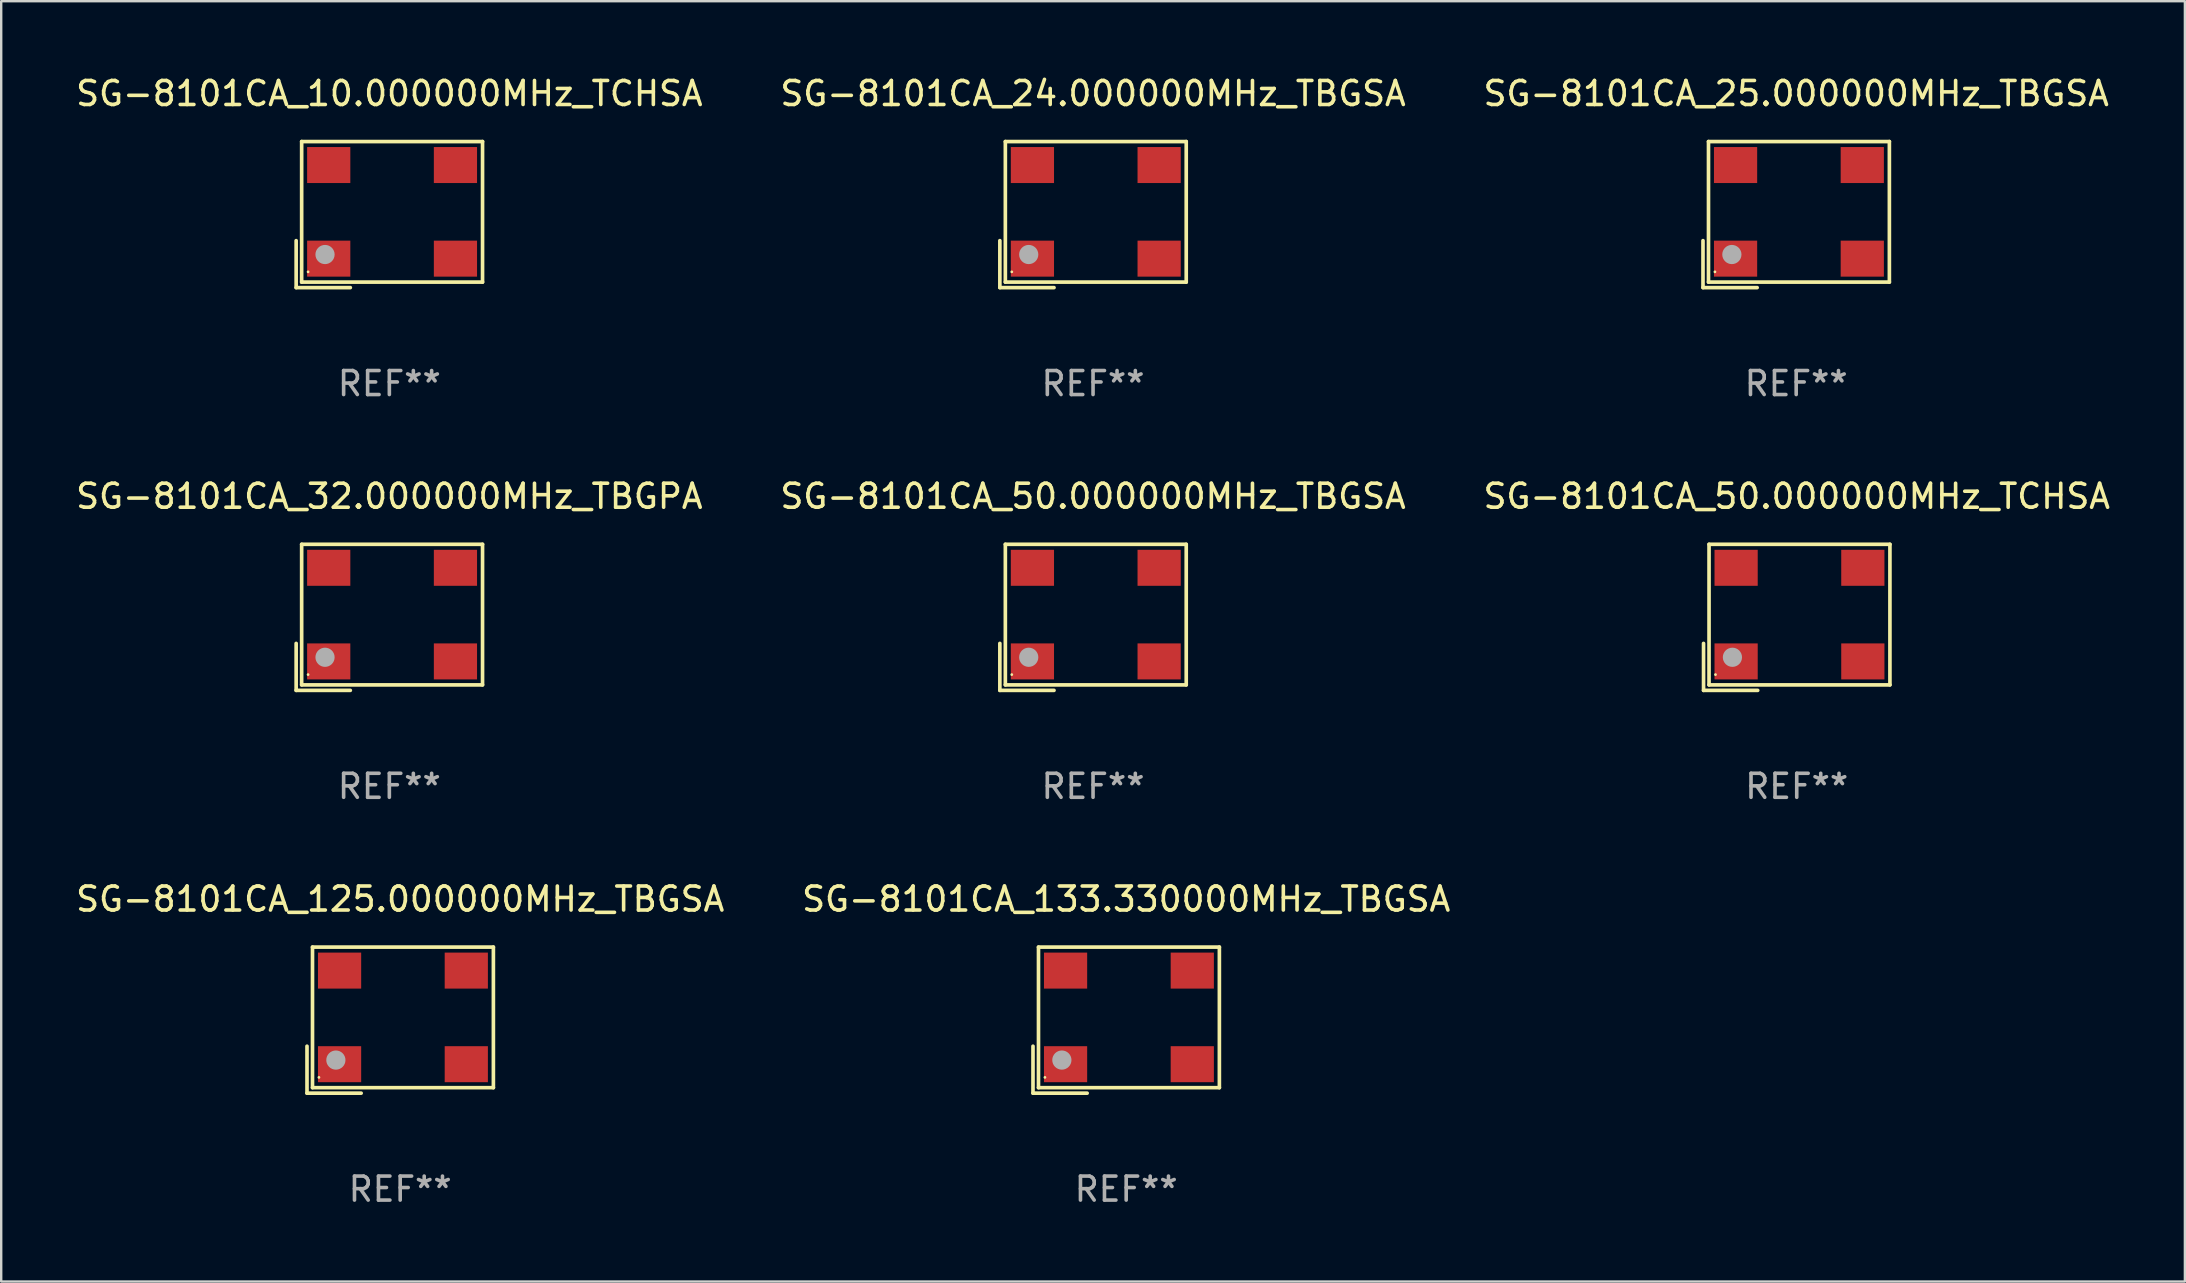
<source format=kicad_pcb>
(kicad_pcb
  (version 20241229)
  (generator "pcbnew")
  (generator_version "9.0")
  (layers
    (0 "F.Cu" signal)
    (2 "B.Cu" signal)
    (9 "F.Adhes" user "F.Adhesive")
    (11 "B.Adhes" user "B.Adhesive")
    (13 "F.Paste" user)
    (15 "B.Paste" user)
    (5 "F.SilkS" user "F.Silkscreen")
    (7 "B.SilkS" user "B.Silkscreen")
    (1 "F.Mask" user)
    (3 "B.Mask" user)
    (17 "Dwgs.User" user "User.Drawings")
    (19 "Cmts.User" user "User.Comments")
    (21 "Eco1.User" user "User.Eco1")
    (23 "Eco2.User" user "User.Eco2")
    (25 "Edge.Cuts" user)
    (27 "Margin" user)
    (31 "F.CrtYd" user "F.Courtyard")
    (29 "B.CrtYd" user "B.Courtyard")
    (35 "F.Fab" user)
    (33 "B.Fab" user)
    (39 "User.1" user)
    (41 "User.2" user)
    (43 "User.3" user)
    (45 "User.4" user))
  (footprint "SG-8101CA_50.000000MHz_TBGSA"
    (layer "F.Cu")
    (at 42.494 22.673)
    (property "Reference" "SG-8101CA_50.000000MHz_TBGSA" (at 0 -5.043 0) (layer "F.SilkS") (effects (font (size 1 1) (thickness 0.15))))
    (attr through_hole)
    (fp_line (start -3.883 1.086) (end -3.883 3.043) (stroke (width 0.152) (type solid)) (layer "F.SilkS"))
    (fp_line (start -3.883 3.043) (end -1.626 3.043) (stroke (width 0.152) (type solid)) (layer "F.SilkS"))
    (fp_line (start -3.654 -3.043) (end 3.883 -3.043) (stroke (width 0.152) (type solid)) (layer "F.SilkS"))
    (fp_line (start -3.654 2.814) (end -3.654 -3.043) (stroke (width 0.152) (type solid)) (layer "F.SilkS"))
    (fp_line (start 3.883 -3.043) (end 3.883 2.814) (stroke (width 0.152) (type solid)) (layer "F.SilkS"))
    (fp_line (start 3.883 2.814) (end -3.654 2.814) (stroke (width 0.152) (type solid)) (layer "F.SilkS"))
    (fp_circle (center -3.386 2.386) (end -3.356 2.386) (stroke (width 0.06) (type solid)) (fill no) (layer "F.SilkS"))
    (fp_circle (center -2.68 1.664) (end -2.48 1.664) (stroke (width 0.4) (type solid)) (fill no) (layer "F.Fab"))
    (fp_text user "REF**" (at 0 7.043 0) (layer "F.Fab") (effects (font (size 1 1) (thickness 0.15))))
    (pad "1" smd rect (at -2.526 1.836) (size 1.8 1.5) (layers "F.Cu" "F.Mask" "F.Paste"))
    (pad "2" smd rect (at 2.754 1.836) (size 1.8 1.5) (layers "F.Cu" "F.Mask" "F.Paste"))
    (pad "3" smd rect (at 2.754 -2.064) (size 1.8 1.5) (layers "F.Cu" "F.Mask" "F.Paste"))
    (pad "4" smd rect (at -2.526 -2.064) (size 1.8 1.5) (layers "F.Cu" "F.Mask" "F.Paste")))
  (footprint "SG-8101CA_50.000000MHz_TCHSA"
    (layer "F.Cu")
    (at 71.815 22.673)
    (property "Reference" "SG-8101CA_50.000000MHz_TCHSA" (at 0 -5.043 0) (layer "F.SilkS") (effects (font (size 1 1) (thickness 0.15))))
    (attr through_hole)
    (fp_line (start -3.883 1.086) (end -3.883 3.043) (stroke (width 0.152) (type solid)) (layer "F.SilkS"))
    (fp_line (start -3.883 3.043) (end -1.626 3.043) (stroke (width 0.152) (type solid)) (layer "F.SilkS"))
    (fp_line (start -3.654 -3.043) (end 3.883 -3.043) (stroke (width 0.152) (type solid)) (layer "F.SilkS"))
    (fp_line (start -3.654 2.814) (end -3.654 -3.043) (stroke (width 0.152) (type solid)) (layer "F.SilkS"))
    (fp_line (start 3.883 -3.043) (end 3.883 2.814) (stroke (width 0.152) (type solid)) (layer "F.SilkS"))
    (fp_line (start 3.883 2.814) (end -3.654 2.814) (stroke (width 0.152) (type solid)) (layer "F.SilkS"))
    (fp_circle (center -3.386 2.386) (end -3.356 2.386) (stroke (width 0.06) (type solid)) (fill no) (layer "F.SilkS"))
    (fp_circle (center -2.68 1.664) (end -2.48 1.664) (stroke (width 0.4) (type solid)) (fill no) (layer "F.Fab"))
    (fp_text user "REF**" (at 0 7.043 0) (layer "F.Fab") (effects (font (size 1 1) (thickness 0.15))))
    (pad "1" smd rect (at -2.526 1.836) (size 1.8 1.5) (layers "F.Cu" "F.Mask" "F.Paste"))
    (pad "2" smd rect (at 2.754 1.836) (size 1.8 1.5) (layers "F.Cu" "F.Mask" "F.Paste"))
    (pad "3" smd rect (at 2.754 -2.064) (size 1.8 1.5) (layers "F.Cu" "F.Mask" "F.Paste"))
    (pad "4" smd rect (at -2.526 -2.064) (size 1.8 1.5) (layers "F.Cu" "F.Mask" "F.Paste")))
  (footprint "SG-8101CA_10.000000MHz_TCHSA"
    (layer "F.Cu")
    (at 13.173 5.891)
    (property "Reference" "SG-8101CA_10.000000MHz_TCHSA" (at 0 -5.043 0) (layer "F.SilkS") (effects (font (size 1 1) (thickness 0.15))))
    (attr through_hole)
    (fp_line (start -3.883 1.086) (end -3.883 3.043) (stroke (width 0.152) (type solid)) (layer "F.SilkS"))
    (fp_line (start -3.883 3.043) (end -1.626 3.043) (stroke (width 0.152) (type solid)) (layer "F.SilkS"))
    (fp_line (start -3.654 -3.043) (end 3.883 -3.043) (stroke (width 0.152) (type solid)) (layer "F.SilkS"))
    (fp_line (start -3.654 2.814) (end -3.654 -3.043) (stroke (width 0.152) (type solid)) (layer "F.SilkS"))
    (fp_line (start 3.883 -3.043) (end 3.883 2.814) (stroke (width 0.152) (type solid)) (layer "F.SilkS"))
    (fp_line (start 3.883 2.814) (end -3.654 2.814) (stroke (width 0.152) (type solid)) (layer "F.SilkS"))
    (fp_circle (center -3.386 2.386) (end -3.356 2.386) (stroke (width 0.06) (type solid)) (fill no) (layer "F.SilkS"))
    (fp_circle (center -2.68 1.664) (end -2.48 1.664) (stroke (width 0.4) (type solid)) (fill no) (layer "F.Fab"))
    (fp_text user "REF**" (at 0 7.043 0) (layer "F.Fab") (effects (font (size 1 1) (thickness 0.15))))
    (pad "1" smd rect (at -2.526 1.836) (size 1.8 1.5) (layers "F.Cu" "F.Mask" "F.Paste"))
    (pad "2" smd rect (at 2.754 1.836) (size 1.8 1.5) (layers "F.Cu" "F.Mask" "F.Paste"))
    (pad "3" smd rect (at 2.754 -2.064) (size 1.8 1.5) (layers "F.Cu" "F.Mask" "F.Paste"))
    (pad "4" smd rect (at -2.526 -2.064) (size 1.8 1.5) (layers "F.Cu" "F.Mask" "F.Paste")))
  (footprint "SG-8101CA_125.000000MHz_TBGSA"
    (layer "F.Cu")
    (at 13.625 39.456)
    (property "Reference" "SG-8101CA_125.000000MHz_TBGSA" (at 0 -5.043 0) (layer "F.SilkS") (effects (font (size 1 1) (thickness 0.15))))
    (attr through_hole)
    (fp_line (start -3.883 1.086) (end -3.883 3.043) (stroke (width 0.152) (type solid)) (layer "F.SilkS"))
    (fp_line (start -3.883 3.043) (end -1.626 3.043) (stroke (width 0.152) (type solid)) (layer "F.SilkS"))
    (fp_line (start -3.654 -3.043) (end 3.883 -3.043) (stroke (width 0.152) (type solid)) (layer "F.SilkS"))
    (fp_line (start -3.654 2.814) (end -3.654 -3.043) (stroke (width 0.152) (type solid)) (layer "F.SilkS"))
    (fp_line (start 3.883 -3.043) (end 3.883 2.814) (stroke (width 0.152) (type solid)) (layer "F.SilkS"))
    (fp_line (start 3.883 2.814) (end -3.654 2.814) (stroke (width 0.152) (type solid)) (layer "F.SilkS"))
    (fp_circle (center -3.386 2.386) (end -3.356 2.386) (stroke (width 0.06) (type solid)) (fill no) (layer "F.SilkS"))
    (fp_circle (center -2.68 1.664) (end -2.48 1.664) (stroke (width 0.4) (type solid)) (fill no) (layer "F.Fab"))
    (fp_text user "REF**" (at 0 7.043 0) (layer "F.Fab") (effects (font (size 1 1) (thickness 0.15))))
    (pad "1" smd rect (at -2.526 1.836) (size 1.8 1.5) (layers "F.Cu" "F.Mask" "F.Paste"))
    (pad "2" smd rect (at 2.754 1.836) (size 1.8 1.5) (layers "F.Cu" "F.Mask" "F.Paste"))
    (pad "3" smd rect (at 2.754 -2.064) (size 1.8 1.5) (layers "F.Cu" "F.Mask" "F.Paste"))
    (pad "4" smd rect (at -2.526 -2.064) (size 1.8 1.5) (layers "F.Cu" "F.Mask" "F.Paste")))
  (footprint "SG-8101CA_24.000000MHz_TBGSA"
    (layer "F.Cu")
    (at 42.494 5.891)
    (property "Reference" "SG-8101CA_24.000000MHz_TBGSA" (at 0 -5.043 0) (layer "F.SilkS") (effects (font (size 1 1) (thickness 0.15))))
    (attr through_hole)
    (fp_line (start -3.883 1.086) (end -3.883 3.043) (stroke (width 0.152) (type solid)) (layer "F.SilkS"))
    (fp_line (start -3.883 3.043) (end -1.626 3.043) (stroke (width 0.152) (type solid)) (layer "F.SilkS"))
    (fp_line (start -3.654 -3.043) (end 3.883 -3.043) (stroke (width 0.152) (type solid)) (layer "F.SilkS"))
    (fp_line (start -3.654 2.814) (end -3.654 -3.043) (stroke (width 0.152) (type solid)) (layer "F.SilkS"))
    (fp_line (start 3.883 -3.043) (end 3.883 2.814) (stroke (width 0.152) (type solid)) (layer "F.SilkS"))
    (fp_line (start 3.883 2.814) (end -3.654 2.814) (stroke (width 0.152) (type solid)) (layer "F.SilkS"))
    (fp_circle (center -3.386 2.386) (end -3.356 2.386) (stroke (width 0.06) (type solid)) (fill no) (layer "F.SilkS"))
    (fp_circle (center -2.68 1.664) (end -2.48 1.664) (stroke (width 0.4) (type solid)) (fill no) (layer "F.Fab"))
    (fp_text user "REF**" (at 0 7.043 0) (layer "F.Fab") (effects (font (size 1 1) (thickness 0.15))))
    (pad "1" smd rect (at -2.526 1.836) (size 1.8 1.5) (layers "F.Cu" "F.Mask" "F.Paste"))
    (pad "2" smd rect (at 2.754 1.836) (size 1.8 1.5) (layers "F.Cu" "F.Mask" "F.Paste"))
    (pad "3" smd rect (at 2.754 -2.064) (size 1.8 1.5) (layers "F.Cu" "F.Mask" "F.Paste"))
    (pad "4" smd rect (at -2.526 -2.064) (size 1.8 1.5) (layers "F.Cu" "F.Mask" "F.Paste")))
  (footprint "SG-8101CA_133.330000MHz_TBGSA"
    (layer "F.Cu")
    (at 43.875 39.456)
    (property "Reference" "SG-8101CA_133.330000MHz_TBGSA" (at 0 -5.043 0) (layer "F.SilkS") (effects (font (size 1 1) (thickness 0.15))))
    (attr through_hole)
    (fp_line (start -3.883 1.086) (end -3.883 3.043) (stroke (width 0.152) (type solid)) (layer "F.SilkS"))
    (fp_line (start -3.883 3.043) (end -1.626 3.043) (stroke (width 0.152) (type solid)) (layer "F.SilkS"))
    (fp_line (start -3.654 -3.043) (end 3.883 -3.043) (stroke (width 0.152) (type solid)) (layer "F.SilkS"))
    (fp_line (start -3.654 2.814) (end -3.654 -3.043) (stroke (width 0.152) (type solid)) (layer "F.SilkS"))
    (fp_line (start 3.883 -3.043) (end 3.883 2.814) (stroke (width 0.152) (type solid)) (layer "F.SilkS"))
    (fp_line (start 3.883 2.814) (end -3.654 2.814) (stroke (width 0.152) (type solid)) (layer "F.SilkS"))
    (fp_circle (center -3.386 2.386) (end -3.356 2.386) (stroke (width 0.06) (type solid)) (fill no) (layer "F.SilkS"))
    (fp_circle (center -2.68 1.664) (end -2.48 1.664) (stroke (width 0.4) (type solid)) (fill no) (layer "F.Fab"))
    (fp_text user "REF**" (at 0 7.043 0) (layer "F.Fab") (effects (font (size 1 1) (thickness 0.15))))
    (pad "1" smd rect (at -2.526 1.836) (size 1.8 1.5) (layers "F.Cu" "F.Mask" "F.Paste"))
    (pad "2" smd rect (at 2.754 1.836) (size 1.8 1.5) (layers "F.Cu" "F.Mask" "F.Paste"))
    (pad "3" smd rect (at 2.754 -2.064) (size 1.8 1.5) (layers "F.Cu" "F.Mask" "F.Paste"))
    (pad "4" smd rect (at -2.526 -2.064) (size 1.8 1.5) (layers "F.Cu" "F.Mask" "F.Paste")))
  (footprint "SG-8101CA_32.000000MHz_TBGPA"
    (layer "F.Cu")
    (at 13.173 22.673)
    (property "Reference" "SG-8101CA_32.000000MHz_TBGPA" (at 0 -5.043 0) (layer "F.SilkS") (effects (font (size 1 1) (thickness 0.15))))
    (attr through_hole)
    (fp_line (start -3.883 1.086) (end -3.883 3.043) (stroke (width 0.152) (type solid)) (layer "F.SilkS"))
    (fp_line (start -3.883 3.043) (end -1.626 3.043) (stroke (width 0.152) (type solid)) (layer "F.SilkS"))
    (fp_line (start -3.654 -3.043) (end 3.883 -3.043) (stroke (width 0.152) (type solid)) (layer "F.SilkS"))
    (fp_line (start -3.654 2.814) (end -3.654 -3.043) (stroke (width 0.152) (type solid)) (layer "F.SilkS"))
    (fp_line (start 3.883 -3.043) (end 3.883 2.814) (stroke (width 0.152) (type solid)) (layer "F.SilkS"))
    (fp_line (start 3.883 2.814) (end -3.654 2.814) (stroke (width 0.152) (type solid)) (layer "F.SilkS"))
    (fp_circle (center -3.386 2.386) (end -3.356 2.386) (stroke (width 0.06) (type solid)) (fill no) (layer "F.SilkS"))
    (fp_circle (center -2.68 1.664) (end -2.48 1.664) (stroke (width 0.4) (type solid)) (fill no) (layer "F.Fab"))
    (fp_text user "REF**" (at 0 7.043 0) (layer "F.Fab") (effects (font (size 1 1) (thickness 0.15))))
    (pad "1" smd rect (at -2.526 1.836) (size 1.8 1.5) (layers "F.Cu" "F.Mask" "F.Paste"))
    (pad "2" smd rect (at 2.754 1.836) (size 1.8 1.5) (layers "F.Cu" "F.Mask" "F.Paste"))
    (pad "3" smd rect (at 2.754 -2.064) (size 1.8 1.5) (layers "F.Cu" "F.Mask" "F.Paste"))
    (pad "4" smd rect (at -2.526 -2.064) (size 1.8 1.5) (layers "F.Cu" "F.Mask" "F.Paste")))
  (footprint "SG-8101CA_25.000000MHz_TBGSA"
    (layer "F.Cu")
    (at 71.792 5.891)
    (property "Reference" "SG-8101CA_25.000000MHz_TBGSA" (at 0 -5.043 0) (layer "F.SilkS") (effects (font (size 1 1) (thickness 0.15))))
    (attr through_hole)
    (fp_line (start -3.883 1.086) (end -3.883 3.043) (stroke (width 0.152) (type solid)) (layer "F.SilkS"))
    (fp_line (start -3.883 3.043) (end -1.626 3.043) (stroke (width 0.152) (type solid)) (layer "F.SilkS"))
    (fp_line (start -3.654 -3.043) (end 3.883 -3.043) (stroke (width 0.152) (type solid)) (layer "F.SilkS"))
    (fp_line (start -3.654 2.814) (end -3.654 -3.043) (stroke (width 0.152) (type solid)) (layer "F.SilkS"))
    (fp_line (start 3.883 -3.043) (end 3.883 2.814) (stroke (width 0.152) (type solid)) (layer "F.SilkS"))
    (fp_line (start 3.883 2.814) (end -3.654 2.814) (stroke (width 0.152) (type solid)) (layer "F.SilkS"))
    (fp_circle (center -3.386 2.386) (end -3.356 2.386) (stroke (width 0.06) (type solid)) (fill no) (layer "F.SilkS"))
    (fp_circle (center -2.68 1.664) (end -2.48 1.664) (stroke (width 0.4) (type solid)) (fill no) (layer "F.Fab"))
    (fp_text user "REF**" (at 0 7.043 0) (layer "F.Fab") (effects (font (size 1 1) (thickness 0.15))))
    (pad "1" smd rect (at -2.526 1.836) (size 1.8 1.5) (layers "F.Cu" "F.Mask" "F.Paste"))
    (pad "2" smd rect (at 2.754 1.836) (size 1.8 1.5) (layers "F.Cu" "F.Mask" "F.Paste"))
    (pad "3" smd rect (at 2.754 -2.064) (size 1.8 1.5) (layers "F.Cu" "F.Mask" "F.Paste"))
    (pad "4" smd rect (at -2.526 -2.064) (size 1.8 1.5) (layers "F.Cu" "F.Mask" "F.Paste")))
  (gr_rect
    (start -3 -3)
    (end 87.988 50.347)
    (stroke (width 0.1) (type default))
    (fill no)
    (layer "Edge.Cuts")))
</source>
